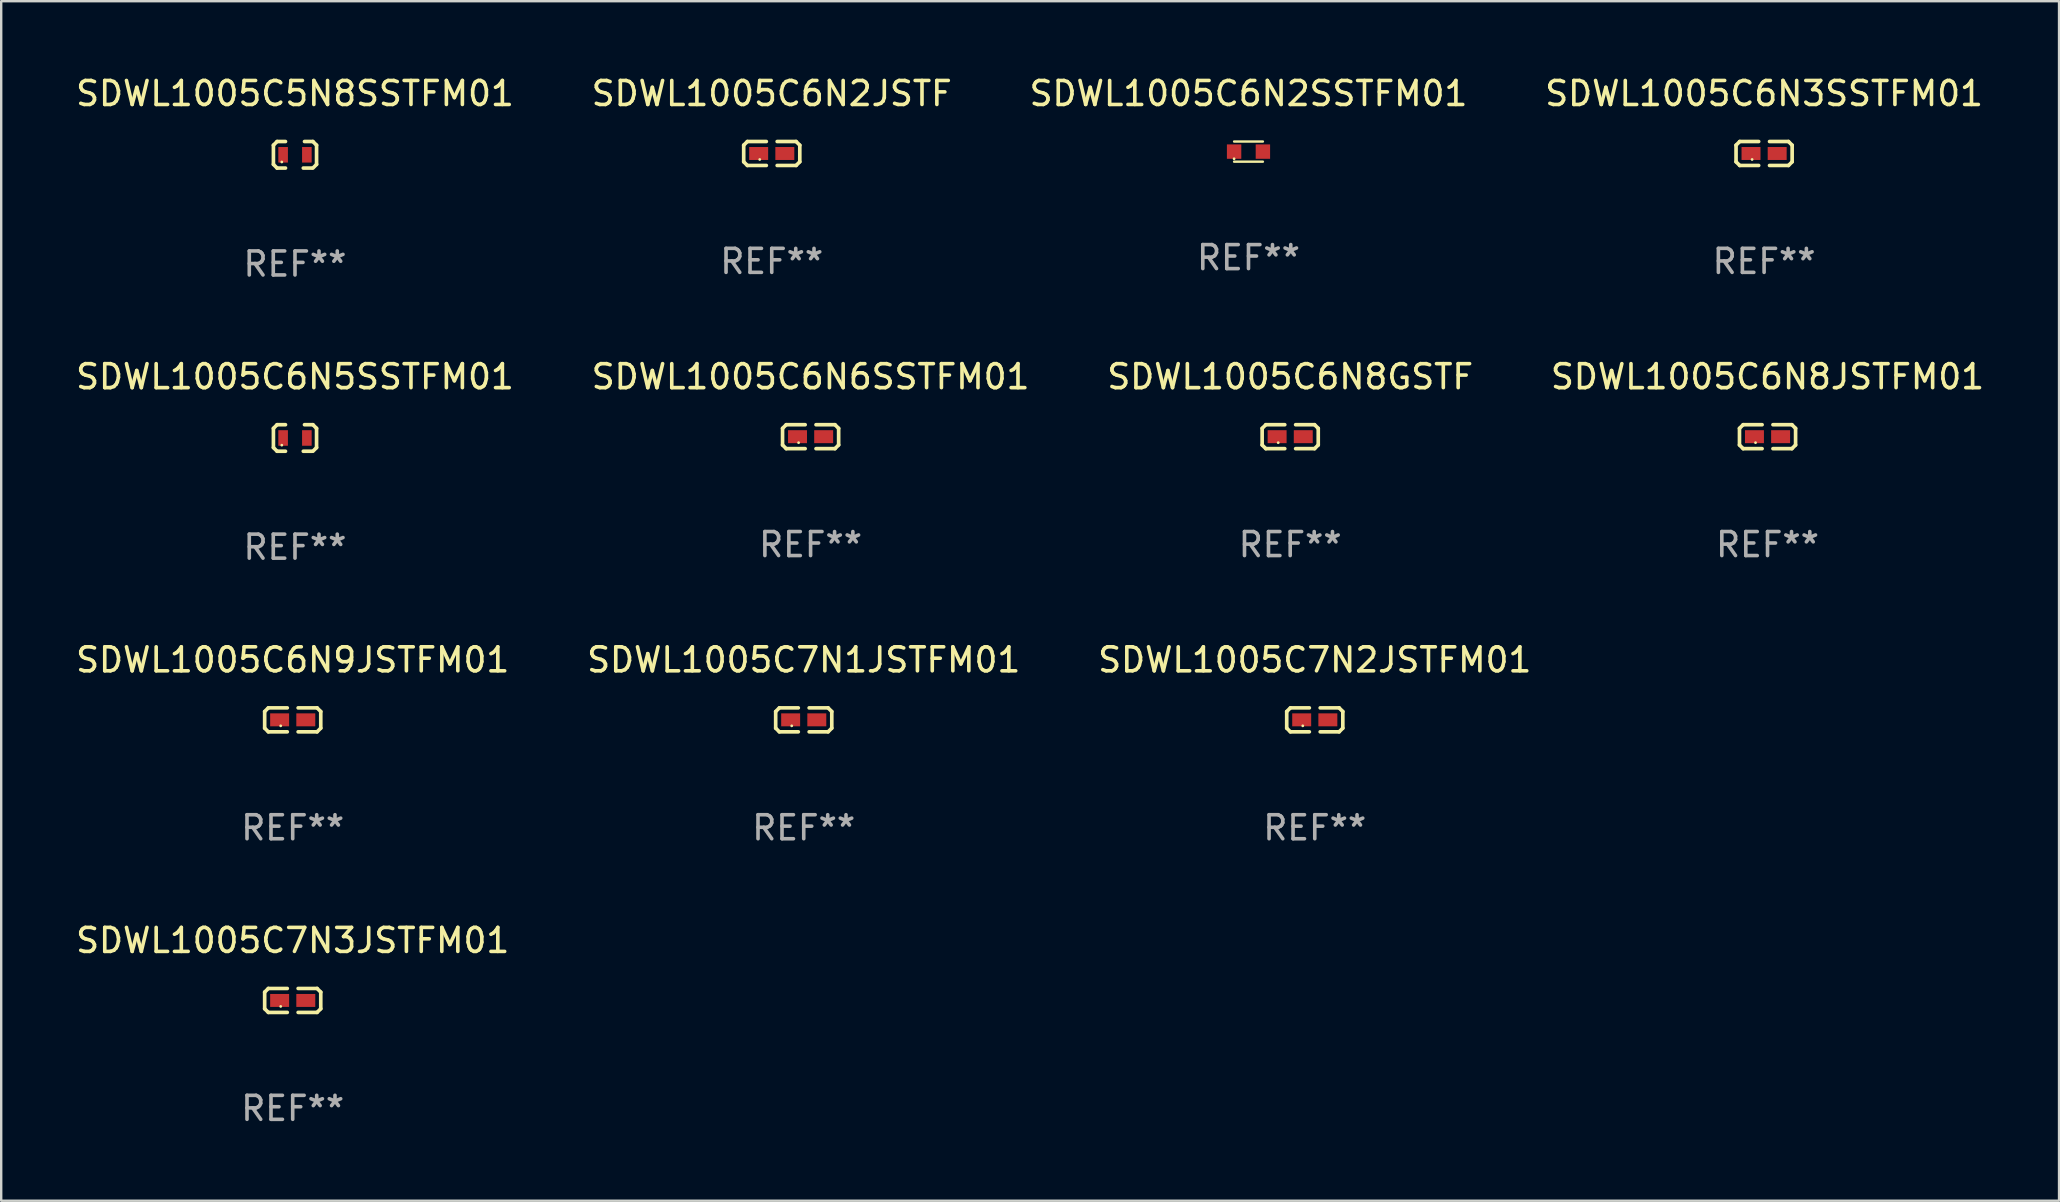
<source format=kicad_pcb>
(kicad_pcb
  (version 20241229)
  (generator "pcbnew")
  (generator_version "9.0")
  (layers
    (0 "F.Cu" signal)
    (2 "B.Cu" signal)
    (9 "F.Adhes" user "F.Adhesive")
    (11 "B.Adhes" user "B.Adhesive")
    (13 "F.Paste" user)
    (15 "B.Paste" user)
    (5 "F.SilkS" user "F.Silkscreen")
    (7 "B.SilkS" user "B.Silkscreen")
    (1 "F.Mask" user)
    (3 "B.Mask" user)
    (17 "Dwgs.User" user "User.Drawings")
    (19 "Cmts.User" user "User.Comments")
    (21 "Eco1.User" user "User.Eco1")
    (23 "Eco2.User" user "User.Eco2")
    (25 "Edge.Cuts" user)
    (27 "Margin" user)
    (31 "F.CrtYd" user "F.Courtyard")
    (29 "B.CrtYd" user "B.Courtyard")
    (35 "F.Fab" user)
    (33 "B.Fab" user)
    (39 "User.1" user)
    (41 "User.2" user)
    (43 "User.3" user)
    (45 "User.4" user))
  (footprint "SDWL1005C6N5SSTFM01"
    (layer "F.Cu")
    (at 9.244 15.203)
    (property "Reference" "SDWL1005C6N5SSTFM01" (at 0 -2.553 0) (layer "F.SilkS") (effects (font (size 1 1) (thickness 0.15))))
    (attr through_hole)
    (fp_line (start -0.899 -0.4) (end -0.899 0.4) (stroke (width 0.152) (type solid)) (layer "F.SilkS"))
    (fp_line (start -0.899 0.4) (end -0.747 0.553) (stroke (width 0.152) (type solid)) (layer "F.SilkS"))
    (fp_line (start -0.747 -0.553) (end -0.899 -0.4) (stroke (width 0.152) (type solid)) (layer "F.SilkS"))
    (fp_line (start -0.747 0.553) (end -0.396 0.553) (stroke (width 0.152) (type solid)) (layer "F.SilkS"))
    (fp_line (start -0.396 -0.553) (end -0.747 -0.553) (stroke (width 0.152) (type solid)) (layer "F.SilkS"))
    (fp_line (start 0.396 -0.553) (end 0.747 -0.553) (stroke (width 0.152) (type solid)) (layer "F.SilkS"))
    (fp_line (start 0.697 0.553) (end 0.346 0.553) (stroke (width 0.152) (type solid)) (layer "F.SilkS"))
    (fp_line (start 0.747 -0.553) (end 0.899 -0.4) (stroke (width 0.152) (type solid)) (layer "F.SilkS"))
    (fp_line (start 0.899 -0.4) (end 0.899 0.4) (stroke (width 0.152) (type solid)) (layer "F.SilkS"))
    (fp_line (start 0.899 0.4) (end 0.747 0.553) (stroke (width 0.152) (type solid)) (layer "F.SilkS"))
    (fp_circle (center -0.55 0.3) (end -0.52 0.3) (stroke (width 0.06) (type solid)) (fill no) (layer "F.SilkS"))
    (fp_text user "REF**" (at 0 4.553 0) (layer "F.Fab") (effects (font (size 1 1) (thickness 0.15))))
    (pad "1" smd rect (at -0.495 0) (size 0.4 0.648) (layers "F.Cu" "F.Mask" "F.Paste"))
    (pad "2" smd rect (at 0.495 0) (size 0.4 0.648) (layers "F.Cu" "F.Mask" "F.Paste")))
  (footprint "SDWL1005C6N8JSTFM01"
    (layer "F.Cu")
    (at 70.613 15.149)
    (property "Reference" "SDWL1005C6N8JSTFM01" (at 0 -2.499 0) (layer "F.SilkS") (effects (font (size 1 1) (thickness 0.15))))
    (attr through_hole)
    (fp_line (start -1.169 -0.346) (end -1.016 -0.499) (stroke (width 0.152) (type solid)) (layer "F.SilkS"))
    (fp_line (start -1.169 0.346) (end -1.169 -0.346) (stroke (width 0.152) (type solid)) (layer "F.SilkS"))
    (fp_line (start -1.016 -0.499) (end -0.226 -0.499) (stroke (width 0.152) (type solid)) (layer "F.SilkS"))
    (fp_line (start -1.016 0.499) (end -1.169 0.346) (stroke (width 0.152) (type solid)) (layer "F.SilkS"))
    (fp_line (start -0.226 0.499) (end -1.016 0.499) (stroke (width 0.152) (type solid)) (layer "F.SilkS"))
    (fp_line (start 0.226 0.499) (end 1.016 0.499) (stroke (width 0.152) (type solid)) (layer "F.SilkS"))
    (fp_line (start 1.016 -0.499) (end 0.226 -0.499) (stroke (width 0.152) (type solid)) (layer "F.SilkS"))
    (fp_line (start 1.016 0.499) (end 1.169 0.346) (stroke (width 0.152) (type solid)) (layer "F.SilkS"))
    (fp_line (start 1.169 -0.346) (end 1.016 -0.499) (stroke (width 0.152) (type solid)) (layer "F.SilkS"))
    (fp_line (start 1.169 0.346) (end 1.169 -0.346) (stroke (width 0.152) (type solid)) (layer "F.SilkS"))
    (fp_circle (center -0.5 0.25) (end -0.47 0.25) (stroke (width 0.06) (type solid)) (fill no) (layer "F.SilkS"))
    (fp_text user "REF**" (at 0 4.499 0) (layer "F.Fab") (effects (font (size 1 1) (thickness 0.15))))
    (pad "1" smd rect (at -0.545 0) (size 0.79 0.54) (layers "F.Cu" "F.Mask" "F.Paste"))
    (pad "2" smd rect (at 0.545 0) (size 0.79 0.54) (layers "F.Cu" "F.Mask" "F.Paste")))
  (footprint "SDWL1005C7N3JSTFM01"
    (layer "F.Cu")
    (at 9.149 38.644)
    (property "Reference" "SDWL1005C7N3JSTFM01" (at 0 -2.499 0) (layer "F.SilkS") (effects (font (size 1 1) (thickness 0.15))))
    (attr through_hole)
    (fp_line (start -1.169 -0.346) (end -1.016 -0.499) (stroke (width 0.152) (type solid)) (layer "F.SilkS"))
    (fp_line (start -1.169 0.346) (end -1.169 -0.346) (stroke (width 0.152) (type solid)) (layer "F.SilkS"))
    (fp_line (start -1.016 -0.499) (end -0.226 -0.499) (stroke (width 0.152) (type solid)) (layer "F.SilkS"))
    (fp_line (start -1.016 0.499) (end -1.169 0.346) (stroke (width 0.152) (type solid)) (layer "F.SilkS"))
    (fp_line (start -0.226 0.499) (end -1.016 0.499) (stroke (width 0.152) (type solid)) (layer "F.SilkS"))
    (fp_line (start 0.226 0.499) (end 1.016 0.499) (stroke (width 0.152) (type solid)) (layer "F.SilkS"))
    (fp_line (start 1.016 -0.499) (end 0.226 -0.499) (stroke (width 0.152) (type solid)) (layer "F.SilkS"))
    (fp_line (start 1.016 0.499) (end 1.169 0.346) (stroke (width 0.152) (type solid)) (layer "F.SilkS"))
    (fp_line (start 1.169 -0.346) (end 1.016 -0.499) (stroke (width 0.152) (type solid)) (layer "F.SilkS"))
    (fp_line (start 1.169 0.346) (end 1.169 -0.346) (stroke (width 0.152) (type solid)) (layer "F.SilkS"))
    (fp_circle (center -0.5 0.25) (end -0.47 0.25) (stroke (width 0.06) (type solid)) (fill no) (layer "F.SilkS"))
    (fp_text user "REF**" (at 0 4.499 0) (layer "F.Fab") (effects (font (size 1 1) (thickness 0.15))))
    (pad "1" smd rect (at -0.545 0) (size 0.79 0.54) (layers "F.Cu" "F.Mask" "F.Paste"))
    (pad "2" smd rect (at 0.545 0) (size 0.79 0.54) (layers "F.Cu" "F.Mask" "F.Paste")))
  (footprint "SDWL1005C6N8GSTF"
    (layer "F.Cu")
    (at 50.72 15.149)
    (property "Reference" "SDWL1005C6N8GSTF" (at 0 -2.499 0) (layer "F.SilkS") (effects (font (size 1 1) (thickness 0.15))))
    (attr through_hole)
    (fp_line (start -1.169 -0.346) (end -1.016 -0.499) (stroke (width 0.152) (type solid)) (layer "F.SilkS"))
    (fp_line (start -1.169 0.346) (end -1.169 -0.346) (stroke (width 0.152) (type solid)) (layer "F.SilkS"))
    (fp_line (start -1.016 -0.499) (end -0.226 -0.499) (stroke (width 0.152) (type solid)) (layer "F.SilkS"))
    (fp_line (start -1.016 0.499) (end -1.169 0.346) (stroke (width 0.152) (type solid)) (layer "F.SilkS"))
    (fp_line (start -0.226 0.499) (end -1.016 0.499) (stroke (width 0.152) (type solid)) (layer "F.SilkS"))
    (fp_line (start 0.226 0.499) (end 1.016 0.499) (stroke (width 0.152) (type solid)) (layer "F.SilkS"))
    (fp_line (start 1.016 -0.499) (end 0.226 -0.499) (stroke (width 0.152) (type solid)) (layer "F.SilkS"))
    (fp_line (start 1.016 0.499) (end 1.169 0.346) (stroke (width 0.152) (type solid)) (layer "F.SilkS"))
    (fp_line (start 1.169 -0.346) (end 1.016 -0.499) (stroke (width 0.152) (type solid)) (layer "F.SilkS"))
    (fp_line (start 1.169 0.346) (end 1.169 -0.346) (stroke (width 0.152) (type solid)) (layer "F.SilkS"))
    (fp_circle (center -0.5 0.25) (end -0.47 0.25) (stroke (width 0.06) (type solid)) (fill no) (layer "F.SilkS"))
    (fp_text user "REF**" (at 0 4.499 0) (layer "F.Fab") (effects (font (size 1 1) (thickness 0.15))))
    (pad "1" smd rect (at -0.545 0) (size 0.79 0.54) (layers "F.Cu" "F.Mask" "F.Paste"))
    (pad "2" smd rect (at 0.545 0) (size 0.79 0.54) (layers "F.Cu" "F.Mask" "F.Paste")))
  (footprint "SDWL1005C6N3SSTFM01"
    (layer "F.Cu")
    (at 70.47 3.347)
    (property "Reference" "SDWL1005C6N3SSTFM01" (at 0 -2.499 0) (layer "F.SilkS") (effects (font (size 1 1) (thickness 0.15))))
    (attr through_hole)
    (fp_line (start -1.169 -0.346) (end -1.016 -0.499) (stroke (width 0.152) (type solid)) (layer "F.SilkS"))
    (fp_line (start -1.169 0.346) (end -1.169 -0.346) (stroke (width 0.152) (type solid)) (layer "F.SilkS"))
    (fp_line (start -1.016 -0.499) (end -0.226 -0.499) (stroke (width 0.152) (type solid)) (layer "F.SilkS"))
    (fp_line (start -1.016 0.499) (end -1.169 0.346) (stroke (width 0.152) (type solid)) (layer "F.SilkS"))
    (fp_line (start -0.226 0.499) (end -1.016 0.499) (stroke (width 0.152) (type solid)) (layer "F.SilkS"))
    (fp_line (start 0.226 0.499) (end 1.016 0.499) (stroke (width 0.152) (type solid)) (layer "F.SilkS"))
    (fp_line (start 1.016 -0.499) (end 0.226 -0.499) (stroke (width 0.152) (type solid)) (layer "F.SilkS"))
    (fp_line (start 1.016 0.499) (end 1.169 0.346) (stroke (width 0.152) (type solid)) (layer "F.SilkS"))
    (fp_line (start 1.169 -0.346) (end 1.016 -0.499) (stroke (width 0.152) (type solid)) (layer "F.SilkS"))
    (fp_line (start 1.169 0.346) (end 1.169 -0.346) (stroke (width 0.152) (type solid)) (layer "F.SilkS"))
    (fp_circle (center -0.5 0.25) (end -0.47 0.25) (stroke (width 0.06) (type solid)) (fill no) (layer "F.SilkS"))
    (fp_text user "REF**" (at 0 4.499 0) (layer "F.Fab") (effects (font (size 1 1) (thickness 0.15))))
    (pad "1" smd rect (at -0.545 0) (size 0.79 0.54) (layers "F.Cu" "F.Mask" "F.Paste"))
    (pad "2" smd rect (at 0.545 0) (size 0.79 0.54) (layers "F.Cu" "F.Mask" "F.Paste")))
  (footprint "SDWL1005C6N2SSTFM01"
    (layer "F.Cu")
    (at 48.982 3.268)
    (property "Reference" "SDWL1005C6N2SSTFM01" (at 0 -2.42 0) (layer "F.SilkS") (effects (font (size 1 1) (thickness 0.15))))
    (attr through_hole)
    (fp_line (start -0.6 -0.42) (end 0.6 -0.42) (stroke (width 0.1) (type solid)) (layer "F.SilkS"))
    (fp_line (start -0.6 0.42) (end 0.6 0.42) (stroke (width 0.1) (type solid)) (layer "F.SilkS"))
    (fp_circle (center -0.6 0.3) (end -0.57 0.3) (stroke (width 0.06) (type solid)) (fill no) (layer "F.SilkS"))
    (fp_text user "REF**" (at 0 4.42 0) (layer "F.Fab") (effects (font (size 1 1) (thickness 0.15))))
    (pad "1" smd rect (at -0.6 0) (size 0.6 0.6) (layers "F.Cu" "F.Mask" "F.Paste"))
    (pad "2" smd rect (at 0.6 0) (size 0.6 0.6) (layers "F.Cu" "F.Mask" "F.Paste")))
  (footprint "SDWL1005C7N1JSTFM01"
    (layer "F.Cu")
    (at 30.446 26.95)
    (property "Reference" "SDWL1005C7N1JSTFM01" (at 0 -2.499 0) (layer "F.SilkS") (effects (font (size 1 1) (thickness 0.15))))
    (attr through_hole)
    (fp_line (start -1.169 -0.346) (end -1.016 -0.499) (stroke (width 0.152) (type solid)) (layer "F.SilkS"))
    (fp_line (start -1.169 0.346) (end -1.169 -0.346) (stroke (width 0.152) (type solid)) (layer "F.SilkS"))
    (fp_line (start -1.016 -0.499) (end -0.226 -0.499) (stroke (width 0.152) (type solid)) (layer "F.SilkS"))
    (fp_line (start -1.016 0.499) (end -1.169 0.346) (stroke (width 0.152) (type solid)) (layer "F.SilkS"))
    (fp_line (start -0.226 0.499) (end -1.016 0.499) (stroke (width 0.152) (type solid)) (layer "F.SilkS"))
    (fp_line (start 0.226 0.499) (end 1.016 0.499) (stroke (width 0.152) (type solid)) (layer "F.SilkS"))
    (fp_line (start 1.016 -0.499) (end 0.226 -0.499) (stroke (width 0.152) (type solid)) (layer "F.SilkS"))
    (fp_line (start 1.016 0.499) (end 1.169 0.346) (stroke (width 0.152) (type solid)) (layer "F.SilkS"))
    (fp_line (start 1.169 -0.346) (end 1.016 -0.499) (stroke (width 0.152) (type solid)) (layer "F.SilkS"))
    (fp_line (start 1.169 0.346) (end 1.169 -0.346) (stroke (width 0.152) (type solid)) (layer "F.SilkS"))
    (fp_circle (center -0.5 0.25) (end -0.47 0.25) (stroke (width 0.06) (type solid)) (fill no) (layer "F.SilkS"))
    (fp_text user "REF**" (at 0 4.499 0) (layer "F.Fab") (effects (font (size 1 1) (thickness 0.15))))
    (pad "1" smd rect (at -0.545 0) (size 0.79 0.54) (layers "F.Cu" "F.Mask" "F.Paste"))
    (pad "2" smd rect (at 0.545 0) (size 0.79 0.54) (layers "F.Cu" "F.Mask" "F.Paste")))
  (footprint "SDWL1005C7N2JSTFM01"
    (layer "F.Cu")
    (at 51.744 26.95)
    (property "Reference" "SDWL1005C7N2JSTFM01" (at 0 -2.499 0) (layer "F.SilkS") (effects (font (size 1 1) (thickness 0.15))))
    (attr through_hole)
    (fp_line (start -1.169 -0.346) (end -1.016 -0.499) (stroke (width 0.152) (type solid)) (layer "F.SilkS"))
    (fp_line (start -1.169 0.346) (end -1.169 -0.346) (stroke (width 0.152) (type solid)) (layer "F.SilkS"))
    (fp_line (start -1.016 -0.499) (end -0.226 -0.499) (stroke (width 0.152) (type solid)) (layer "F.SilkS"))
    (fp_line (start -1.016 0.499) (end -1.169 0.346) (stroke (width 0.152) (type solid)) (layer "F.SilkS"))
    (fp_line (start -0.226 0.499) (end -1.016 0.499) (stroke (width 0.152) (type solid)) (layer "F.SilkS"))
    (fp_line (start 0.226 0.499) (end 1.016 0.499) (stroke (width 0.152) (type solid)) (layer "F.SilkS"))
    (fp_line (start 1.016 -0.499) (end 0.226 -0.499) (stroke (width 0.152) (type solid)) (layer "F.SilkS"))
    (fp_line (start 1.016 0.499) (end 1.169 0.346) (stroke (width 0.152) (type solid)) (layer "F.SilkS"))
    (fp_line (start 1.169 -0.346) (end 1.016 -0.499) (stroke (width 0.152) (type solid)) (layer "F.SilkS"))
    (fp_line (start 1.169 0.346) (end 1.169 -0.346) (stroke (width 0.152) (type solid)) (layer "F.SilkS"))
    (fp_circle (center -0.5 0.25) (end -0.47 0.25) (stroke (width 0.06) (type solid)) (fill no) (layer "F.SilkS"))
    (fp_text user "REF**" (at 0 4.499 0) (layer "F.Fab") (effects (font (size 1 1) (thickness 0.15))))
    (pad "1" smd rect (at -0.545 0) (size 0.79 0.54) (layers "F.Cu" "F.Mask" "F.Paste"))
    (pad "2" smd rect (at 0.545 0) (size 0.79 0.54) (layers "F.Cu" "F.Mask" "F.Paste")))
  (footprint "SDWL1005C5N8SSTFM01"
    (layer "F.Cu")
    (at 9.244 3.401)
    (property "Reference" "SDWL1005C5N8SSTFM01" (at 0 -2.553 0) (layer "F.SilkS") (effects (font (size 1 1) (thickness 0.15))))
    (attr through_hole)
    (fp_line (start -0.899 -0.4) (end -0.899 0.4) (stroke (width 0.152) (type solid)) (layer "F.SilkS"))
    (fp_line (start -0.899 0.4) (end -0.747 0.553) (stroke (width 0.152) (type solid)) (layer "F.SilkS"))
    (fp_line (start -0.747 -0.553) (end -0.899 -0.4) (stroke (width 0.152) (type solid)) (layer "F.SilkS"))
    (fp_line (start -0.747 0.553) (end -0.396 0.553) (stroke (width 0.152) (type solid)) (layer "F.SilkS"))
    (fp_line (start -0.396 -0.553) (end -0.747 -0.553) (stroke (width 0.152) (type solid)) (layer "F.SilkS"))
    (fp_line (start 0.396 -0.553) (end 0.747 -0.553) (stroke (width 0.152) (type solid)) (layer "F.SilkS"))
    (fp_line (start 0.697 0.553) (end 0.346 0.553) (stroke (width 0.152) (type solid)) (layer "F.SilkS"))
    (fp_line (start 0.747 -0.553) (end 0.899 -0.4) (stroke (width 0.152) (type solid)) (layer "F.SilkS"))
    (fp_line (start 0.899 -0.4) (end 0.899 0.4) (stroke (width 0.152) (type solid)) (layer "F.SilkS"))
    (fp_line (start 0.899 0.4) (end 0.747 0.553) (stroke (width 0.152) (type solid)) (layer "F.SilkS"))
    (fp_circle (center -0.55 0.3) (end -0.52 0.3) (stroke (width 0.06) (type solid)) (fill no) (layer "F.SilkS"))
    (fp_text user "REF**" (at 0 4.553 0) (layer "F.Fab") (effects (font (size 1 1) (thickness 0.15))))
    (pad "1" smd rect (at -0.495 0) (size 0.4 0.648) (layers "F.Cu" "F.Mask" "F.Paste"))
    (pad "2" smd rect (at 0.495 0) (size 0.4 0.648) (layers "F.Cu" "F.Mask" "F.Paste")))
  (footprint "SDWL1005C6N2JSTF"
    (layer "F.Cu")
    (at 29.113 3.347)
    (property "Reference" "SDWL1005C6N2JSTF" (at 0 -2.499 0) (layer "F.SilkS") (effects (font (size 1 1) (thickness 0.15))))
    (attr through_hole)
    (fp_line (start -1.169 -0.346) (end -1.016 -0.499) (stroke (width 0.152) (type solid)) (layer "F.SilkS"))
    (fp_line (start -1.169 0.346) (end -1.169 -0.346) (stroke (width 0.152) (type solid)) (layer "F.SilkS"))
    (fp_line (start -1.016 -0.499) (end -0.226 -0.499) (stroke (width 0.152) (type solid)) (layer "F.SilkS"))
    (fp_line (start -1.016 0.499) (end -1.169 0.346) (stroke (width 0.152) (type solid)) (layer "F.SilkS"))
    (fp_line (start -0.226 0.499) (end -1.016 0.499) (stroke (width 0.152) (type solid)) (layer "F.SilkS"))
    (fp_line (start 0.226 0.499) (end 1.016 0.499) (stroke (width 0.152) (type solid)) (layer "F.SilkS"))
    (fp_line (start 1.016 -0.499) (end 0.226 -0.499) (stroke (width 0.152) (type solid)) (layer "F.SilkS"))
    (fp_line (start 1.016 0.499) (end 1.169 0.346) (stroke (width 0.152) (type solid)) (layer "F.SilkS"))
    (fp_line (start 1.169 -0.346) (end 1.016 -0.499) (stroke (width 0.152) (type solid)) (layer "F.SilkS"))
    (fp_line (start 1.169 0.346) (end 1.169 -0.346) (stroke (width 0.152) (type solid)) (layer "F.SilkS"))
    (fp_circle (center -0.5 0.25) (end -0.47 0.25) (stroke (width 0.06) (type solid)) (fill no) (layer "F.SilkS"))
    (fp_text user "REF**" (at 0 4.499 0) (layer "F.Fab") (effects (font (size 1 1) (thickness 0.15))))
    (pad "1" smd rect (at -0.545 0) (size 0.79 0.54) (layers "F.Cu" "F.Mask" "F.Paste"))
    (pad "2" smd rect (at 0.545 0) (size 0.79 0.54) (layers "F.Cu" "F.Mask" "F.Paste")))
  (footprint "SDWL1005C6N6SSTFM01"
    (layer "F.Cu")
    (at 30.732 15.149)
    (property "Reference" "SDWL1005C6N6SSTFM01" (at 0 -2.499 0) (layer "F.SilkS") (effects (font (size 1 1) (thickness 0.15))))
    (attr through_hole)
    (fp_line (start -1.169 -0.346) (end -1.016 -0.499) (stroke (width 0.152) (type solid)) (layer "F.SilkS"))
    (fp_line (start -1.169 0.346) (end -1.169 -0.346) (stroke (width 0.152) (type solid)) (layer "F.SilkS"))
    (fp_line (start -1.016 -0.499) (end -0.226 -0.499) (stroke (width 0.152) (type solid)) (layer "F.SilkS"))
    (fp_line (start -1.016 0.499) (end -1.169 0.346) (stroke (width 0.152) (type solid)) (layer "F.SilkS"))
    (fp_line (start -0.226 0.499) (end -1.016 0.499) (stroke (width 0.152) (type solid)) (layer "F.SilkS"))
    (fp_line (start 0.226 0.499) (end 1.016 0.499) (stroke (width 0.152) (type solid)) (layer "F.SilkS"))
    (fp_line (start 1.016 -0.499) (end 0.226 -0.499) (stroke (width 0.152) (type solid)) (layer "F.SilkS"))
    (fp_line (start 1.016 0.499) (end 1.169 0.346) (stroke (width 0.152) (type solid)) (layer "F.SilkS"))
    (fp_line (start 1.169 -0.346) (end 1.016 -0.499) (stroke (width 0.152) (type solid)) (layer "F.SilkS"))
    (fp_line (start 1.169 0.346) (end 1.169 -0.346) (stroke (width 0.152) (type solid)) (layer "F.SilkS"))
    (fp_circle (center -0.5 0.25) (end -0.47 0.25) (stroke (width 0.06) (type solid)) (fill no) (layer "F.SilkS"))
    (fp_text user "REF**" (at 0 4.499 0) (layer "F.Fab") (effects (font (size 1 1) (thickness 0.15))))
    (pad "1" smd rect (at -0.545 0) (size 0.79 0.54) (layers "F.Cu" "F.Mask" "F.Paste"))
    (pad "2" smd rect (at 0.545 0) (size 0.79 0.54) (layers "F.Cu" "F.Mask" "F.Paste")))
  (footprint "SDWL1005C6N9JSTFM01"
    (layer "F.Cu")
    (at 9.149 26.95)
    (property "Reference" "SDWL1005C6N9JSTFM01" (at 0 -2.499 0) (layer "F.SilkS") (effects (font (size 1 1) (thickness 0.15))))
    (attr through_hole)
    (fp_line (start -1.169 -0.346) (end -1.016 -0.499) (stroke (width 0.152) (type solid)) (layer "F.SilkS"))
    (fp_line (start -1.169 0.346) (end -1.169 -0.346) (stroke (width 0.152) (type solid)) (layer "F.SilkS"))
    (fp_line (start -1.016 -0.499) (end -0.226 -0.499) (stroke (width 0.152) (type solid)) (layer "F.SilkS"))
    (fp_line (start -1.016 0.499) (end -1.169 0.346) (stroke (width 0.152) (type solid)) (layer "F.SilkS"))
    (fp_line (start -0.226 0.499) (end -1.016 0.499) (stroke (width 0.152) (type solid)) (layer "F.SilkS"))
    (fp_line (start 0.226 0.499) (end 1.016 0.499) (stroke (width 0.152) (type solid)) (layer "F.SilkS"))
    (fp_line (start 1.016 -0.499) (end 0.226 -0.499) (stroke (width 0.152) (type solid)) (layer "F.SilkS"))
    (fp_line (start 1.016 0.499) (end 1.169 0.346) (stroke (width 0.152) (type solid)) (layer "F.SilkS"))
    (fp_line (start 1.169 -0.346) (end 1.016 -0.499) (stroke (width 0.152) (type solid)) (layer "F.SilkS"))
    (fp_line (start 1.169 0.346) (end 1.169 -0.346) (stroke (width 0.152) (type solid)) (layer "F.SilkS"))
    (fp_circle (center -0.5 0.25) (end -0.47 0.25) (stroke (width 0.06) (type solid)) (fill no) (layer "F.SilkS"))
    (fp_text user "REF**" (at 0 4.499 0) (layer "F.Fab") (effects (font (size 1 1) (thickness 0.15))))
    (pad "1" smd rect (at -0.545 0) (size 0.79 0.54) (layers "F.Cu" "F.Mask" "F.Paste"))
    (pad "2" smd rect (at 0.545 0) (size 0.79 0.54) (layers "F.Cu" "F.Mask" "F.Paste")))
  (gr_rect
    (start -3 -3)
    (end 82.762 46.991)
    (stroke (width 0.1) (type default))
    (fill no)
    (layer "Edge.Cuts")))
</source>
